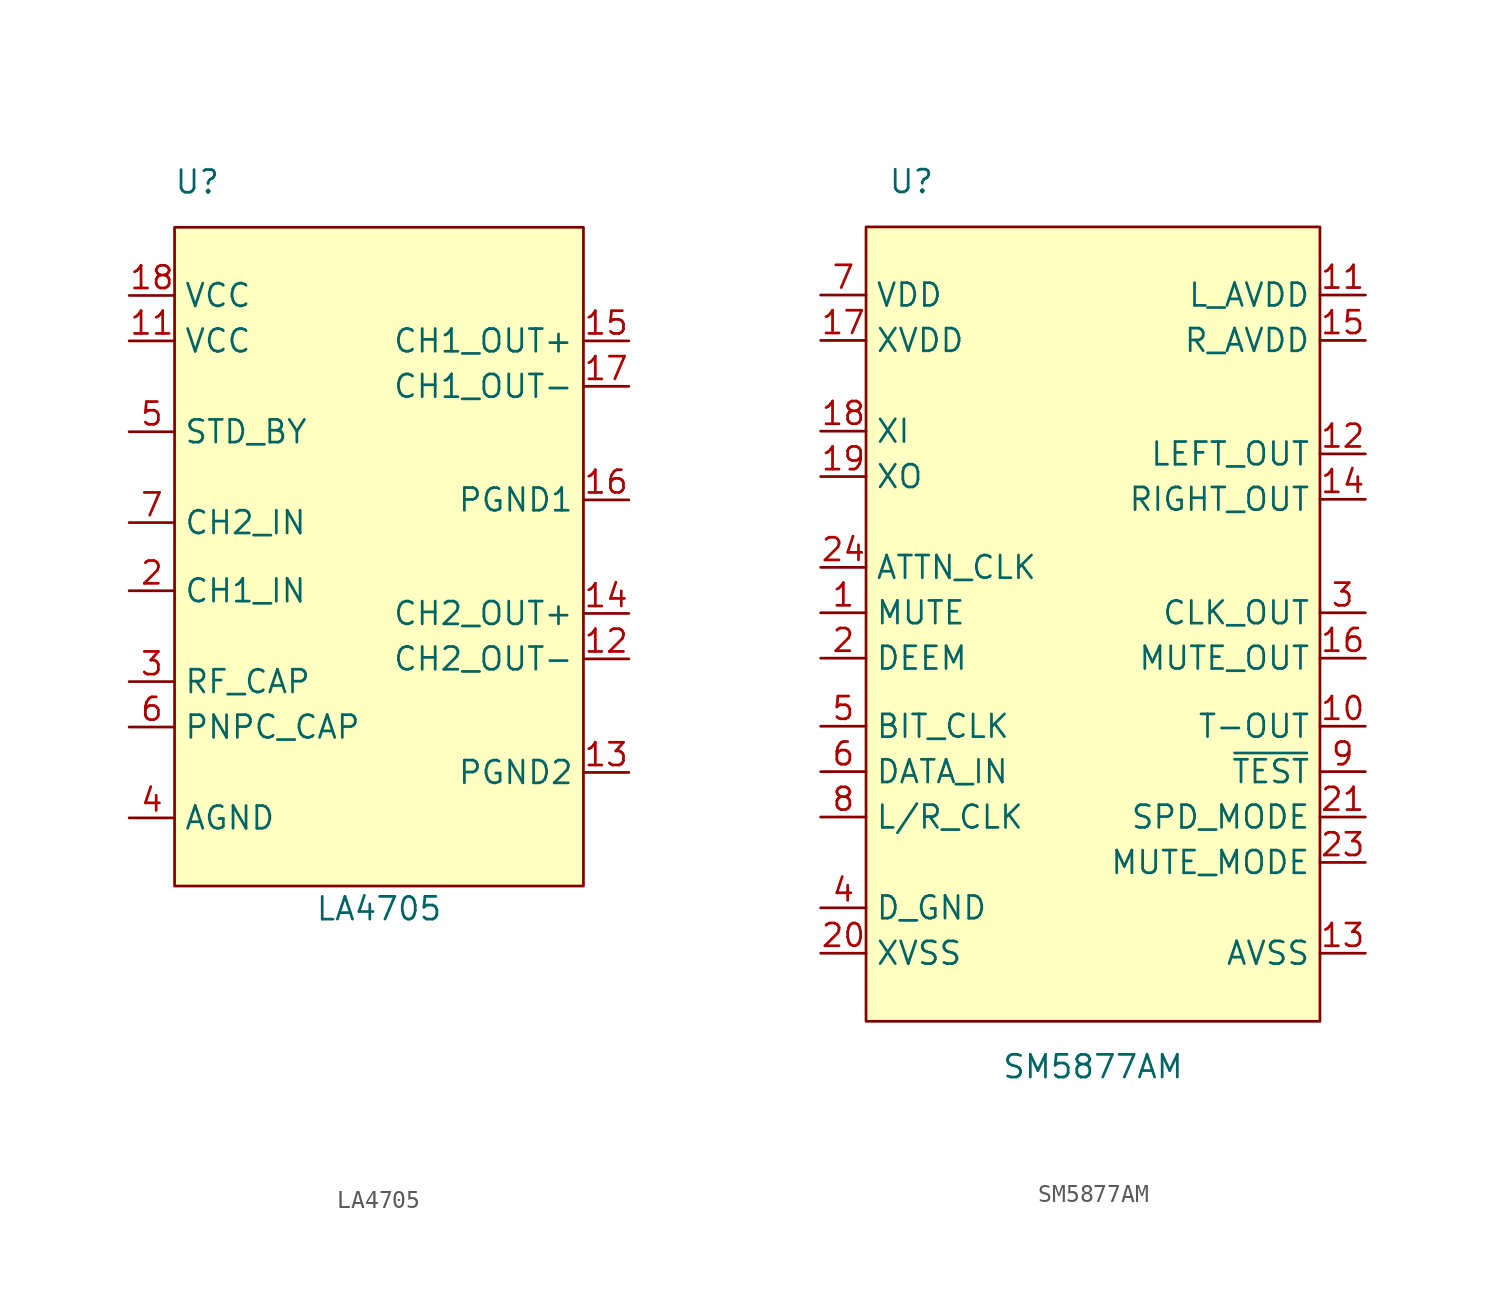
<source format=kicad_sym>
(kicad_symbol_lib
  (version 20211014)
  (generator kicad_symbol_editor)
  (symbol "LA4705"
    (property "Reference" "U"
      (at -10.16 40.64 0)
      (effects (font (size 1.27 1.27))))
    (property "Value" "LA4705"
      (at 0 0 0)
      (effects (font (size 1.27 1.27))))
    (symbol "LA4705_0_1"
      (rectangle (start -11.43 38.1) (end 11.43 1.27) (stroke (width 0) (type default) (color 0 0 0 0)) (fill (type background))))
    (symbol "LA4705_1_1"
      (pin no_connect line (at -8.89 -2.54 0) (length 2.54) hide (name "N/C" (effects (font (size 1.27 1.27)))) (number "1" (effects (font (size 1.27 1.27)))))
      (pin no_connect line (at -8.89 -10.16 0) (length 2.54) hide (name "N/C" (effects (font (size 1.27 1.27)))) (number "10" (effects (font (size 1.27 1.27)))))
      (pin power_in line (at -13.97 31.75 0) (length 2.54) (name "VCC" (effects (font (size 1.27 1.27)))) (number "11" (effects (font (size 1.27 1.27)))))
      (pin power_out line (at 13.97 13.97 180) (length 2.54) (name "CH2_OUT-" (effects (font (size 1.27 1.27)))) (number "12" (effects (font (size 1.27 1.27)))))
      (pin power_in line (at 13.97 7.62 180) (length 2.54) (name "PGND2" (effects (font (size 1.27 1.27)))) (number "13" (effects (font (size 1.27 1.27)))))
      (pin power_out line (at 13.97 16.51 180) (length 2.54) (name "CH2_OUT+" (effects (font (size 1.27 1.27)))) (number "14" (effects (font (size 1.27 1.27)))))
      (pin power_out line (at 13.97 31.75 180) (length 2.54) (name "CH1_OUT+" (effects (font (size 1.27 1.27)))) (number "15" (effects (font (size 1.27 1.27)))))
      (pin power_in line (at 13.97 22.86 180) (length 2.54) (name "PGND1" (effects (font (size 1.27 1.27)))) (number "16" (effects (font (size 1.27 1.27)))))
      (pin power_in line (at 13.97 29.21 180) (length 2.54) (name "CH1_OUT-" (effects (font (size 1.27 1.27)))) (number "17" (effects (font (size 1.27 1.27)))))
      (pin power_in line (at -13.97 34.29 0) (length 2.54) (name "VCC" (effects (font (size 1.27 1.27)))) (number "18" (effects (font (size 1.27 1.27)))))
      (pin input line (at -13.97 17.78 0) (length 2.54) (name "CH1_IN" (effects (font (size 1.27 1.27)))) (number "2" (effects (font (size 1.27 1.27)))))
      (pin passive line (at -13.97 12.7 0) (length 2.54) (name "RF_CAP" (effects (font (size 1.27 1.27)))) (number "3" (effects (font (size 1.27 1.27)))))
      (pin power_in line (at -13.97 5.08 0) (length 2.54) (name "AGND" (effects (font (size 1.27 1.27)))) (number "4" (effects (font (size 1.27 1.27)))))
      (pin input line (at -13.97 26.67 0) (length 2.54) (name "STD_BY" (effects (font (size 1.27 1.27)))) (number "5" (effects (font (size 1.27 1.27)))))
      (pin passive line (at -13.97 10.16 0) (length 2.54) (name "PNPC_CAP" (effects (font (size 1.27 1.27)))) (number "6" (effects (font (size 1.27 1.27)))))
      (pin input line (at -13.97 21.59 0) (length 2.54) (name "CH2_IN" (effects (font (size 1.27 1.27)))) (number "7" (effects (font (size 1.27 1.27)))))
      (pin no_connect line (at -8.89 -5.08 0) (length 2.54) hide (name "N/C" (effects (font (size 1.27 1.27)))) (number "8" (effects (font (size 1.27 1.27)))))
      (pin no_connect line (at -8.89 -7.62 0) (length 2.54) hide (name "N/C" (effects (font (size 1.27 1.27)))) (number "9" (effects (font (size 1.27 1.27)))))))
  (symbol "SM5877AM"
    (property "Reference" "U"
      (at -10.16 49.53 0)
      (effects (font (size 1.27 1.27))))
    (property "Value" "SM5877AM"
      (at 0 0 0)
      (effects (font (size 1.27 1.27))))
    (symbol "SM5877AM_0_1"
      (rectangle (start -12.7 46.99) (end 12.7 2.54) (stroke (width 0) (type default) (color 0 0 0 0)) (fill (type background))))
    (symbol "SM5877AM_1_1"
      (pin input line (at -15.24 25.4 0) (length 2.54) (name "MUTE" (effects (font (size 1.27 1.27)))) (number "1" (effects (font (size 1.27 1.27)))))
      (pin output line (at 15.24 19.05 180) (length 2.54) (name "T-OUT" (effects (font (size 1.27 1.27)))) (number "10" (effects (font (size 1.27 1.27)))))
      (pin power_in line (at 15.24 43.18 180) (length 2.54) (name "L_AVDD" (effects (font (size 1.27 1.27)))) (number "11" (effects (font (size 1.27 1.27)))))
      (pin output line (at 15.24 34.29 180) (length 2.54) (name "LEFT_OUT" (effects (font (size 1.27 1.27)))) (number "12" (effects (font (size 1.27 1.27)))))
      (pin power_in line (at 15.24 6.35 180) (length 2.54) (name "AVSS" (effects (font (size 1.27 1.27)))) (number "13" (effects (font (size 1.27 1.27)))))
      (pin output line (at 15.24 31.75 180) (length 2.54) (name "RIGHT_OUT" (effects (font (size 1.27 1.27)))) (number "14" (effects (font (size 1.27 1.27)))))
      (pin power_in line (at 15.24 40.64 180) (length 2.54) (name "R_AVDD" (effects (font (size 1.27 1.27)))) (number "15" (effects (font (size 1.27 1.27)))))
      (pin output line (at 15.24 22.86 180) (length 2.54) (name "MUTE_OUT" (effects (font (size 1.27 1.27)))) (number "16" (effects (font (size 1.27 1.27)))))
      (pin power_in line (at -15.24 40.64 0) (length 2.54) (name "XVDD" (effects (font (size 1.27 1.27)))) (number "17" (effects (font (size 1.27 1.27)))))
      (pin input line (at -15.24 35.56 0) (length 2.54) (name "XI" (effects (font (size 1.27 1.27)))) (number "18" (effects (font (size 1.27 1.27)))))
      (pin output line (at -15.24 33.02 0) (length 2.54) (name "XO" (effects (font (size 1.27 1.27)))) (number "19" (effects (font (size 1.27 1.27)))))
      (pin input line (at -15.24 22.86 0) (length 2.54) (name "DEEM" (effects (font (size 1.27 1.27)))) (number "2" (effects (font (size 1.27 1.27)))))
      (pin power_in line (at -15.24 6.35 0) (length 2.54) (name "XVSS" (effects (font (size 1.27 1.27)))) (number "20" (effects (font (size 1.27 1.27)))))
      (pin input line (at 15.24 13.97 180) (length 2.54) (name "SPD_MODE" (effects (font (size 1.27 1.27)))) (number "21" (effects (font (size 1.27 1.27)))))
      (pin input line (at 15.24 11.43 180) (length 2.54) (name "MUTE_MODE" (effects (font (size 1.27 1.27)))) (number "23" (effects (font (size 1.27 1.27)))))
      (pin input line (at -15.24 27.94 0) (length 2.54) (name "ATTN_CLK" (effects (font (size 1.27 1.27)))) (number "24" (effects (font (size 1.27 1.27)))))
      (pin output line (at 15.24 25.4 180) (length 2.54) (name "CLK_OUT" (effects (font (size 1.27 1.27)))) (number "3" (effects (font (size 1.27 1.27)))))
      (pin power_in line (at -15.24 8.89 0) (length 2.54) (name "D_GND" (effects (font (size 1.27 1.27)))) (number "4" (effects (font (size 1.27 1.27)))))
      (pin input line (at -15.24 19.05 0) (length 2.54) (name "BIT_CLK" (effects (font (size 1.27 1.27)))) (number "5" (effects (font (size 1.27 1.27)))))
      (pin input line (at -15.24 16.51 0) (length 2.54) (name "DATA_IN" (effects (font (size 1.27 1.27)))) (number "6" (effects (font (size 1.27 1.27)))))
      (pin power_in line (at -15.24 43.18 0) (length 2.54) (name "VDD" (effects (font (size 1.27 1.27)))) (number "7" (effects (font (size 1.27 1.27)))))
      (pin input line (at -15.24 13.97 0) (length 2.54) (name "L/R_CLK" (effects (font (size 1.27 1.27)))) (number "8" (effects (font (size 1.27 1.27)))))
      (pin input line (at 15.24 16.51 180) (length 2.54) (name "~{TEST}" (effects (font (size 1.27 1.27)))) (number "9" (effects (font (size 1.27 1.27))))))))
</source>
